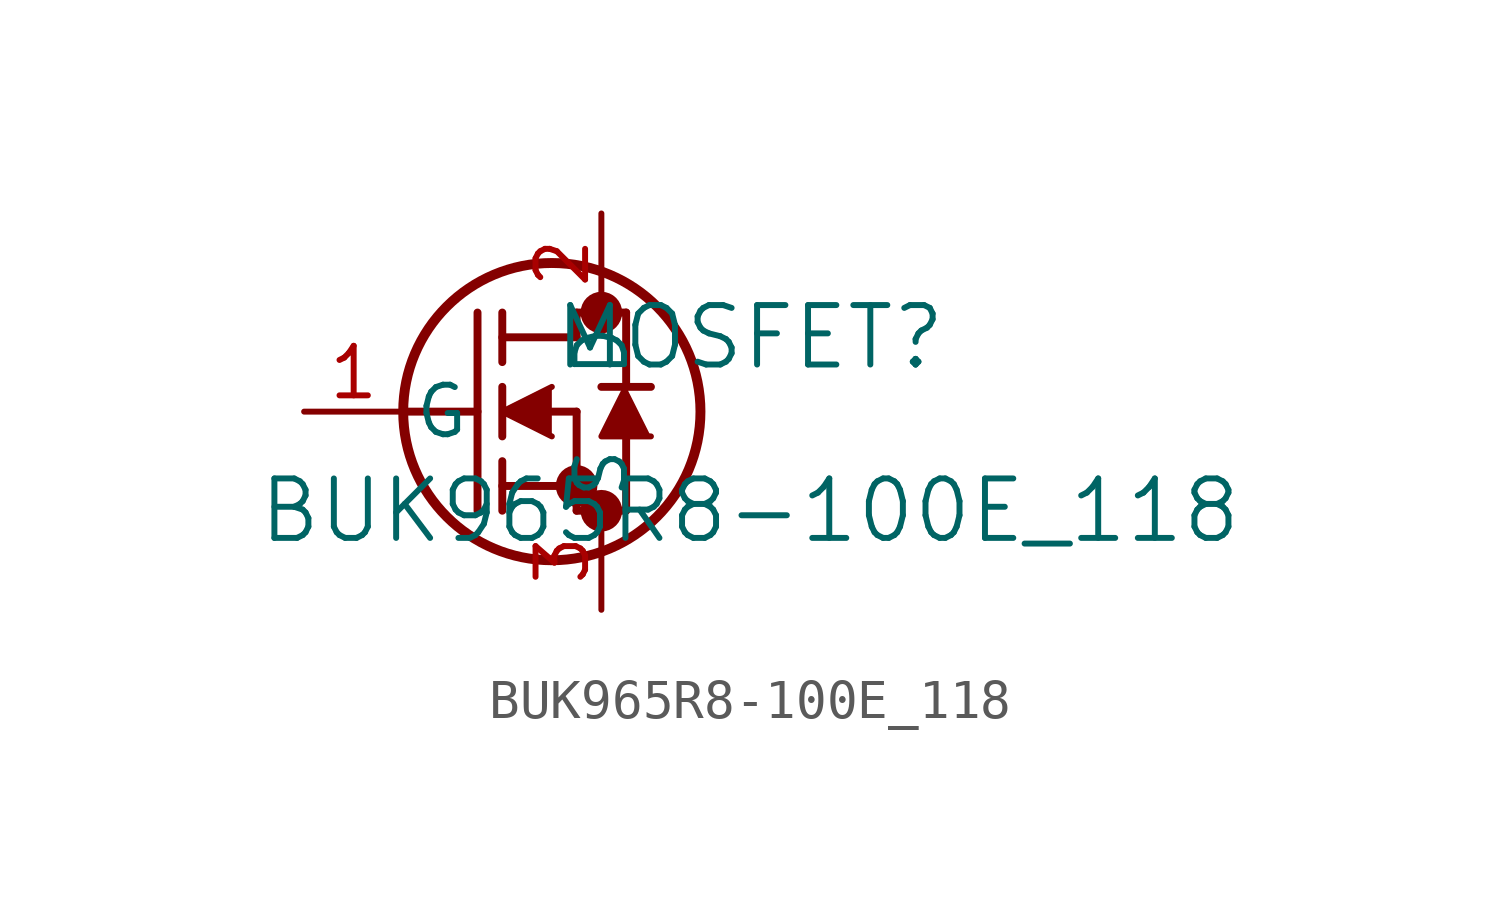
<source format=kicad_sym>
(kicad_symbol_lib
  (version 20241209)
  (generator "kicad_symbol_editor")
  (generator_version "9.0")
  (symbol "BUK965R8-100E_118"
    (pin_names
      (offset 0.254))
    (property "Reference" "MOSFET"
      (at 11.43 1.905 0)
      (effects (font (size 1.524 1.524))))
    (property "Value" "BUK965R8-100E_118"
      (at 11.43 -2.54 0)
      (effects (font (size 1.524 1.524))))
    (symbol "BUK965R8-100E_118_0_1"
      (polyline (pts (xy 2.54 0) (xy 4.445 0)) (stroke (width 0.203) (type default)) (fill (type none)))
      (polyline (pts (xy 4.445 -2.54) (xy 4.445 2.54)) (stroke (width 0.203) (type default)) (fill (type none)))
      (polyline (pts (xy 5.08 1.905) (xy 6.985 1.905)) (stroke (width 0.203) (type default)) (fill (type none)))
      (polyline (pts (xy 5.08 1.27) (xy 5.08 2.54)) (stroke (width 0.203) (type default)) (fill (type none)))
      (polyline (pts (xy 5.08 -0.635) (xy 5.08 0.635)) (stroke (width 0.203) (type default)) (fill (type none)))
      (polyline (pts (xy 5.08 -1.905) (xy 6.985 -1.905)) (stroke (width 0.203) (type default)) (fill (type none)))
      (polyline (pts (xy 5.08 -2.54) (xy 5.08 -1.27)) (stroke (width 0.203) (type default)) (fill (type none)))
      (polyline (pts (xy 6.35 0.635) (xy 5.08 0) (xy 6.35 -0.635)) (stroke (width 0) (type default)) (fill (type outline)))
      (polyline (pts (xy 6.35 0) (xy 6.985 0)) (stroke (width 0.203) (type default)) (fill (type none)))
      (circle (center 6.35 0) (radius 3.81) (stroke (width 0.254) (type default)) (fill (type none)))
      (polyline (pts (xy 6.985 2.54) (xy 8.255 2.54)) (stroke (width 0.203) (type default)) (fill (type none)))
      (polyline (pts (xy 6.985 1.905) (xy 6.985 2.54)) (stroke (width 0.203) (type default)) (fill (type none)))
      (circle (center 6.985 -1.905) (radius 0.025) (stroke (width 0.508) (type default)) (fill (type none)))
      (polyline (pts (xy 6.985 -2.54) (xy 6.985 0)) (stroke (width 0.203) (type default)) (fill (type none)))
      (polyline (pts (xy 6.985 -2.54) (xy 8.255 -2.54)) (stroke (width 0.203) (type default)) (fill (type none)))
      (circle (center 7.62 2.54) (radius 0.025) (stroke (width 0.508) (type default)) (fill (type none)))
      (circle (center 7.62 -2.54) (radius 0.025) (stroke (width 0.508) (type default)) (fill (type none)))
      (polyline (pts (xy 8.255 0.635) (xy 8.255 2.54)) (stroke (width 0.203) (type default)) (fill (type none)))
      (polyline (pts (xy 8.255 -2.54) (xy 8.255 -0.635)) (stroke (width 0.203) (type default)) (fill (type none)))
      (polyline (pts (xy 8.89 0.635) (xy 7.62 0.635)) (stroke (width 0.203) (type default)) (fill (type none)))
      (polyline (pts (xy 8.89 -0.635) (xy 7.62 -0.635) (xy 8.255 0.635)) (stroke (width 0) (type default)) (fill (type outline)))
      (pin unspecified line (at 0 0 0) (length 2.54) (name "G" (effects (font (size 1.27 1.27)))) (number "1" (effects (font (size 1.27 1.27)))))
      (pin unspecified line (at 7.62 5.08 270) (length 2.54) (name "D" (effects (font (size 1.27 1.27)))) (number "2" (effects (font (size 1.27 1.27)))))
      (pin unspecified line (at 7.62 -5.08 90) (length 2.54) (name "S" (effects (font (size 1.27 1.27)))) (number "3" (effects (font (size 1.27 1.27))))))))
</source>
